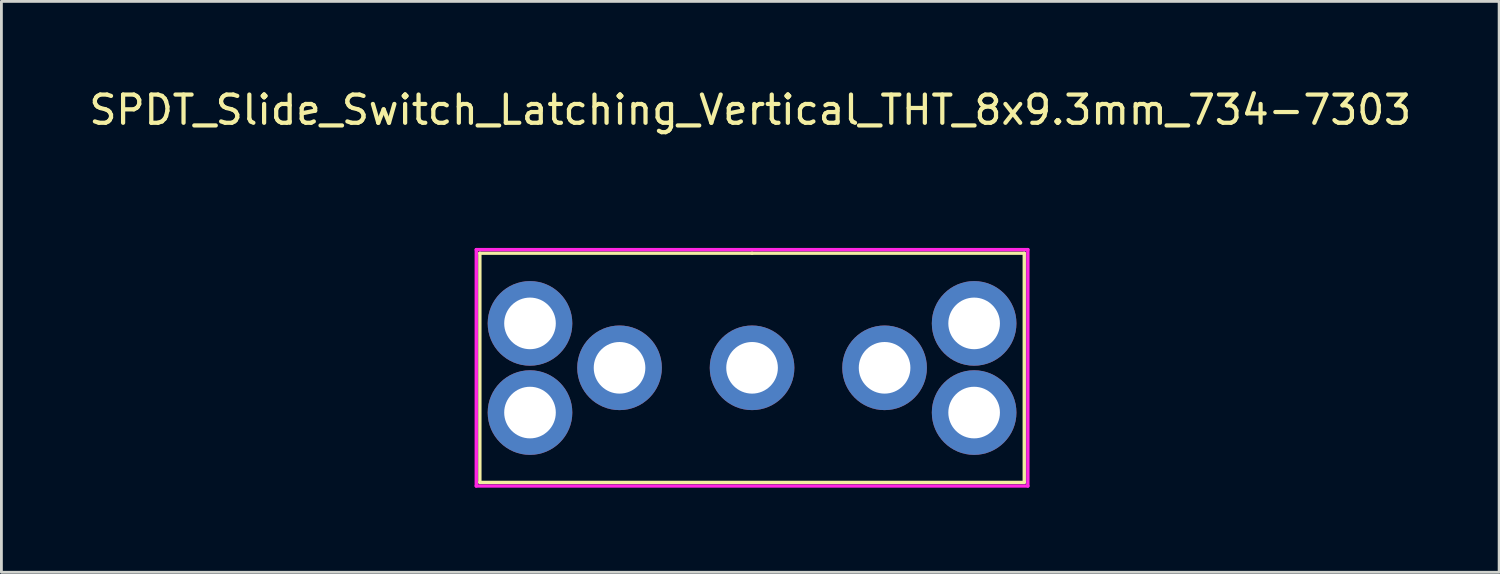
<source format=kicad_pcb>
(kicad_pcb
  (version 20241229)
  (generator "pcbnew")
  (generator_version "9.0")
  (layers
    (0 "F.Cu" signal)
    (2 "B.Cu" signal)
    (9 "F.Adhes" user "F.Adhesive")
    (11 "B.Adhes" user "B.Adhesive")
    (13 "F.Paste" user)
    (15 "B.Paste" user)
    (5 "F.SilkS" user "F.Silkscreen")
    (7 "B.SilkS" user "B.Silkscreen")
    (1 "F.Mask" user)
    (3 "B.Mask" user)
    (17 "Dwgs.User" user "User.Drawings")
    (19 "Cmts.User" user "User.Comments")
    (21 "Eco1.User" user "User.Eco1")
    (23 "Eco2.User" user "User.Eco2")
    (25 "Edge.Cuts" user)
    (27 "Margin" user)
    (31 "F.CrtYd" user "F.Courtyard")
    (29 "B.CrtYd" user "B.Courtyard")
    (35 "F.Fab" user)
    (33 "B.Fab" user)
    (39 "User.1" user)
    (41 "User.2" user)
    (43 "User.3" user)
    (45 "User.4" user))
  (footprint "SPDT_Slide_Switch_Latching_Vertical_THT_8x9.3mm_734-7303"
    (layer "F.Cu")
    (at 23.617 9.992)
    (property "Reference" "SPDT_Slide_Switch_Latching_Vertical_THT_8x9.3mm_734-7303" (at -0.064 -9.144 0) (layer "F.SilkS") (effects (font (size 1 1) (thickness 0.15))))
    (attr through_hole)
    (fp_line (start -9.652 -4.064) (end 0 -4.064) (stroke (width 0.12) (type solid)) (layer "F.SilkS"))
    (fp_line (start -9.652 4.064) (end -9.652 -4.064) (stroke (width 0.12) (type solid)) (layer "F.SilkS"))
    (fp_line (start 0 -4.064) (end 9.652 -4.064) (stroke (width 0.12) (type solid)) (layer "F.SilkS"))
    (fp_line (start 9.652 -4.064) (end 9.652 4.064) (stroke (width 0.12) (type solid)) (layer "F.SilkS"))
    (fp_line (start 9.652 4.064) (end -9.652 4.064) (stroke (width 0.12) (type solid)) (layer "F.SilkS"))
    (fp_line (start -9.779 -4.191) (end 9.779 -4.191) (stroke (width 0.12) (type solid)) (layer "F.CrtYd"))
    (fp_line (start -9.779 4.191) (end -9.779 -4.191) (stroke (width 0.12) (type solid)) (layer "F.CrtYd"))
    (fp_line (start 9.779 -4.191) (end 9.779 4.191) (stroke (width 0.12) (type solid)) (layer "F.CrtYd"))
    (fp_line (start 9.779 4.191) (end -9.779 4.191) (stroke (width 0.12) (type solid)) (layer "F.CrtYd"))
    (pad "" thru_hole circle (at -7.874 -1.575) (size 3 3) (drill 1.83) (layers "*.Cu" "*.Mask"))
    (pad "" thru_hole circle (at -7.874 1.587) (size 3 3) (drill 1.83) (layers "*.Cu" "*.Mask"))
    (pad "" thru_hole circle (at 7.874 -1.575) (size 3 3) (drill 1.83) (layers "*.Cu" "*.Mask"))
    (pad "" thru_hole circle (at 7.874 1.587) (size 3 3) (drill 1.83) (layers "*.Cu" "*.Mask"))
    (pad "1" thru_hole circle (at -4.699 0) (size 3 3) (drill 1.83) (layers "*.Cu" "*.Mask"))
    (pad "2" thru_hole circle (at 0 0) (size 3 3) (drill 1.83) (layers "*.Cu" "*.Mask"))
    (pad "3" thru_hole circle (at 4.699 0) (size 3 3) (drill 1.83) (layers "*.Cu" "*.Mask")))
  (gr_rect
    (start -3 -3)
    (end 50.107 17.243)
    (stroke (width 0.1) (type default))
    (fill no)
    (layer "Edge.Cuts")))
</source>
